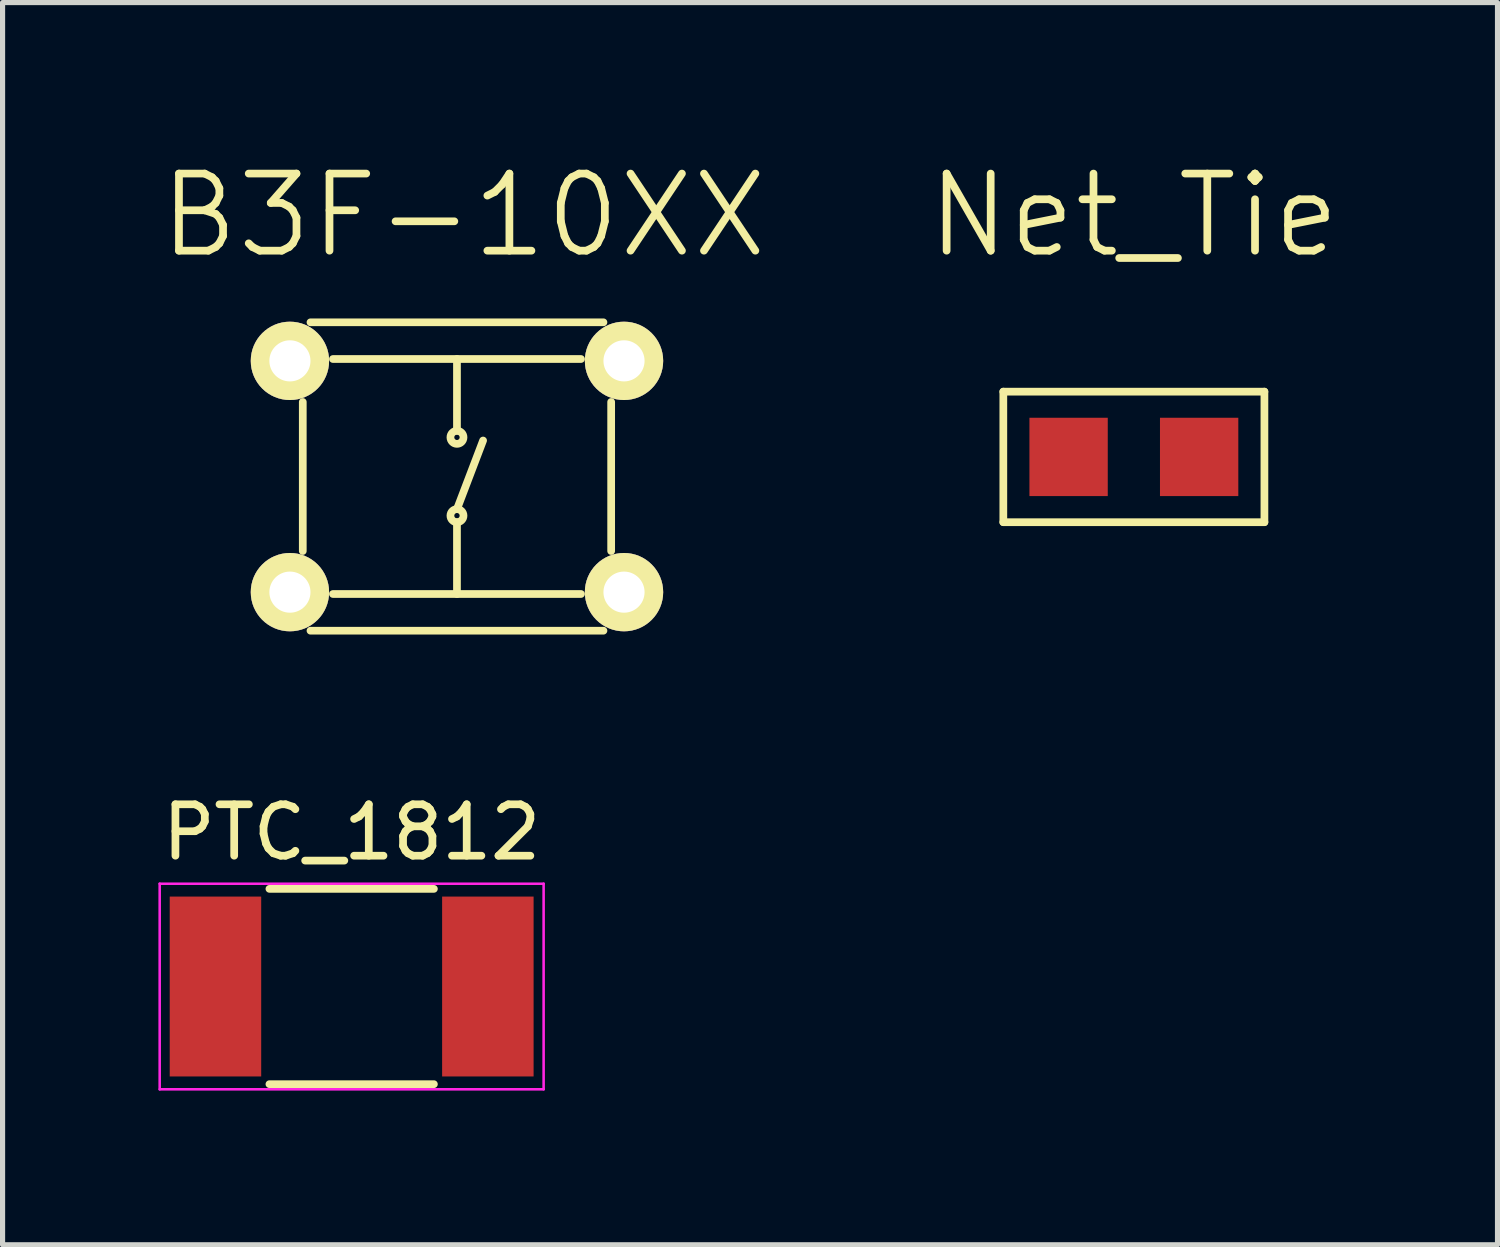
<source format=kicad_pcb>
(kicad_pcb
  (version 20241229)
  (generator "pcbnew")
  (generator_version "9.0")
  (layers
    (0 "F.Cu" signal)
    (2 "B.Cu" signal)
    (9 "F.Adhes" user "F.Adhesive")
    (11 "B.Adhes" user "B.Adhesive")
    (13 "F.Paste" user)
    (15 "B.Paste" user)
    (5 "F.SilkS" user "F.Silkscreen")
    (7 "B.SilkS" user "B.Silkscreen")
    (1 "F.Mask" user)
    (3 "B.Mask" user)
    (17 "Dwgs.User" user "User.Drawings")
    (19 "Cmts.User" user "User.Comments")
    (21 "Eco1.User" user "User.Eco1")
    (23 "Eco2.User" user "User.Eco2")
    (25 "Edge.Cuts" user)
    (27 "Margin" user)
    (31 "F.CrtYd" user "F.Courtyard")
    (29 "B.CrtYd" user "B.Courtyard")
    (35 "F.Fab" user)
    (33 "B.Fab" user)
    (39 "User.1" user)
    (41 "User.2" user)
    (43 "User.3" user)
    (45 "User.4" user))
  (footprint "B3F-10XX"
    (layer "F.Cu")
    (at 5.841 6.221)
    (property "Reference" "B3F-10XX" (at 0.127 -5.08 0) (layer "F.SilkS") (effects (font (size 1.5 1.5) (thickness 0.15))))
    (attr through_hole)
    (fp_line (start -3 -1.45) (end -3 1.45) (stroke (width 0.15) (type solid)) (layer "F.SilkS"))
    (fp_line (start -2.85 3) (end 2.85 3) (stroke (width 0.15) (type solid)) (layer "F.SilkS"))
    (fp_line (start -2.413 -2.286) (end 2.413 -2.286) (stroke (width 0.15) (type solid)) (layer "F.SilkS"))
    (fp_line (start -2.413 2.286) (end 2.413 2.286) (stroke (width 0.15) (type solid)) (layer "F.SilkS"))
    (fp_line (start 0 -2.286) (end 0 -0.889) (stroke (width 0.15) (type solid)) (layer "F.SilkS"))
    (fp_line (start 0 0.635) (end 0.508 -0.7) (stroke (width 0.15) (type solid)) (layer "F.SilkS"))
    (fp_line (start 0 2.286) (end 0 0.889) (stroke (width 0.15) (type solid)) (layer "F.SilkS"))
    (fp_line (start 2.85 -3) (end -2.85 -3) (stroke (width 0.15) (type solid)) (layer "F.SilkS"))
    (fp_line (start 3 1.45) (end 3 -1.45) (stroke (width 0.15) (type solid)) (layer "F.SilkS"))
    (fp_circle (center 0 -0.762) (end 0 -0.635) (stroke (width 0.15) (type solid)) (fill no) (layer "F.SilkS"))
    (fp_circle (center 0 0.762) (end 0 0.889) (stroke (width 0.15) (type solid)) (fill no) (layer "F.SilkS"))
    (pad "1" thru_hole circle (at -3.25 -2.25) (size 1.524 1.524) (drill 0.8) (layers "*.Cu" "*.Mask" "F.SilkS"))
    (pad "2" thru_hole circle (at -3.25 2.25) (size 1.524 1.524) (drill 0.8) (layers "*.Cu" "*.Mask" "F.SilkS"))
    (pad "3" thru_hole circle (at 3.25 2.25) (size 1.524 1.524) (drill 0.8) (layers "*.Cu" "*.Mask" "F.SilkS"))
    (pad "4" thru_hole circle (at 3.25 -2.25) (size 1.524 1.524) (drill 0.8) (layers "*.Cu" "*.Mask" "F.SilkS")))
  (footprint "Net_Tie"
    (layer "F.Cu")
    (at 19.011 5.84)
    (property "Reference" "Net_Tie" (at 0 -4.699 0) (layer "F.SilkS") (effects (font (size 1.5 1.5) (thickness 0.15))))
    (attr through_hole)
    (fp_line (start -2.54 -1.27) (end -2.54 1.27) (stroke (width 0.15) (type solid)) (layer "F.SilkS"))
    (fp_line (start -2.54 1.27) (end 2.54 1.27) (stroke (width 0.15) (type solid)) (layer "F.SilkS"))
    (fp_line (start 2.54 -1.27) (end -2.54 -1.27) (stroke (width 0.15) (type solid)) (layer "F.SilkS"))
    (fp_line (start 2.54 1.27) (end 2.54 -1.27) (stroke (width 0.15) (type solid)) (layer "F.SilkS"))
    (pad "1" smd rect (at -1.27 0) (size 1.524 1.524) (layers "F.Cu" "F.Mask" "F.Paste"))
    (pad "2" smd rect (at 1.27 0) (size 1.524 1.524) (layers "F.Cu" "F.Mask" "F.Paste")))
  (footprint "PTC_1812"
    (layer "F.Cu")
    (at 3.792 16.144)
    (property "Reference" "PTC_1812" (at 0 -3 0) (layer "F.SilkS") (effects (font (size 1 1) (thickness 0.15))))
    (attr smd)
    (fp_line (start -1.6 1.9) (end 1.6 1.9) (stroke (width 0.15) (type solid)) (layer "F.SilkS"))
    (fp_line (start 1.6 -1.9) (end -1.6 -1.9) (stroke (width 0.15) (type solid)) (layer "F.SilkS"))
    (fp_line (start -3.735 -2) (end -3.735 2) (stroke (width 0.05) (type solid)) (layer "F.CrtYd"))
    (fp_line (start -3.735 -2) (end 3.735 -2) (stroke (width 0.05) (type solid)) (layer "F.CrtYd"))
    (fp_line (start -3.735 2) (end 3.735 2) (stroke (width 0.05) (type solid)) (layer "F.CrtYd"))
    (fp_line (start 3.735 -2) (end 3.735 2) (stroke (width 0.05) (type solid)) (layer "F.CrtYd"))
    (pad "1" smd rect (at -2.65 0) (size 1.78 3.5) (layers "F.Cu" "F.Mask" "F.Paste"))
    (pad "2" smd rect (at 2.65 0) (size 1.78 3.5) (layers "F.Cu" "F.Mask" "F.Paste")))
  (gr_rect
    (start -3 -3)
    (end 26.086 21.169)
    (stroke (width 0.1) (type default))
    (fill no)
    (layer "Edge.Cuts")))
</source>
